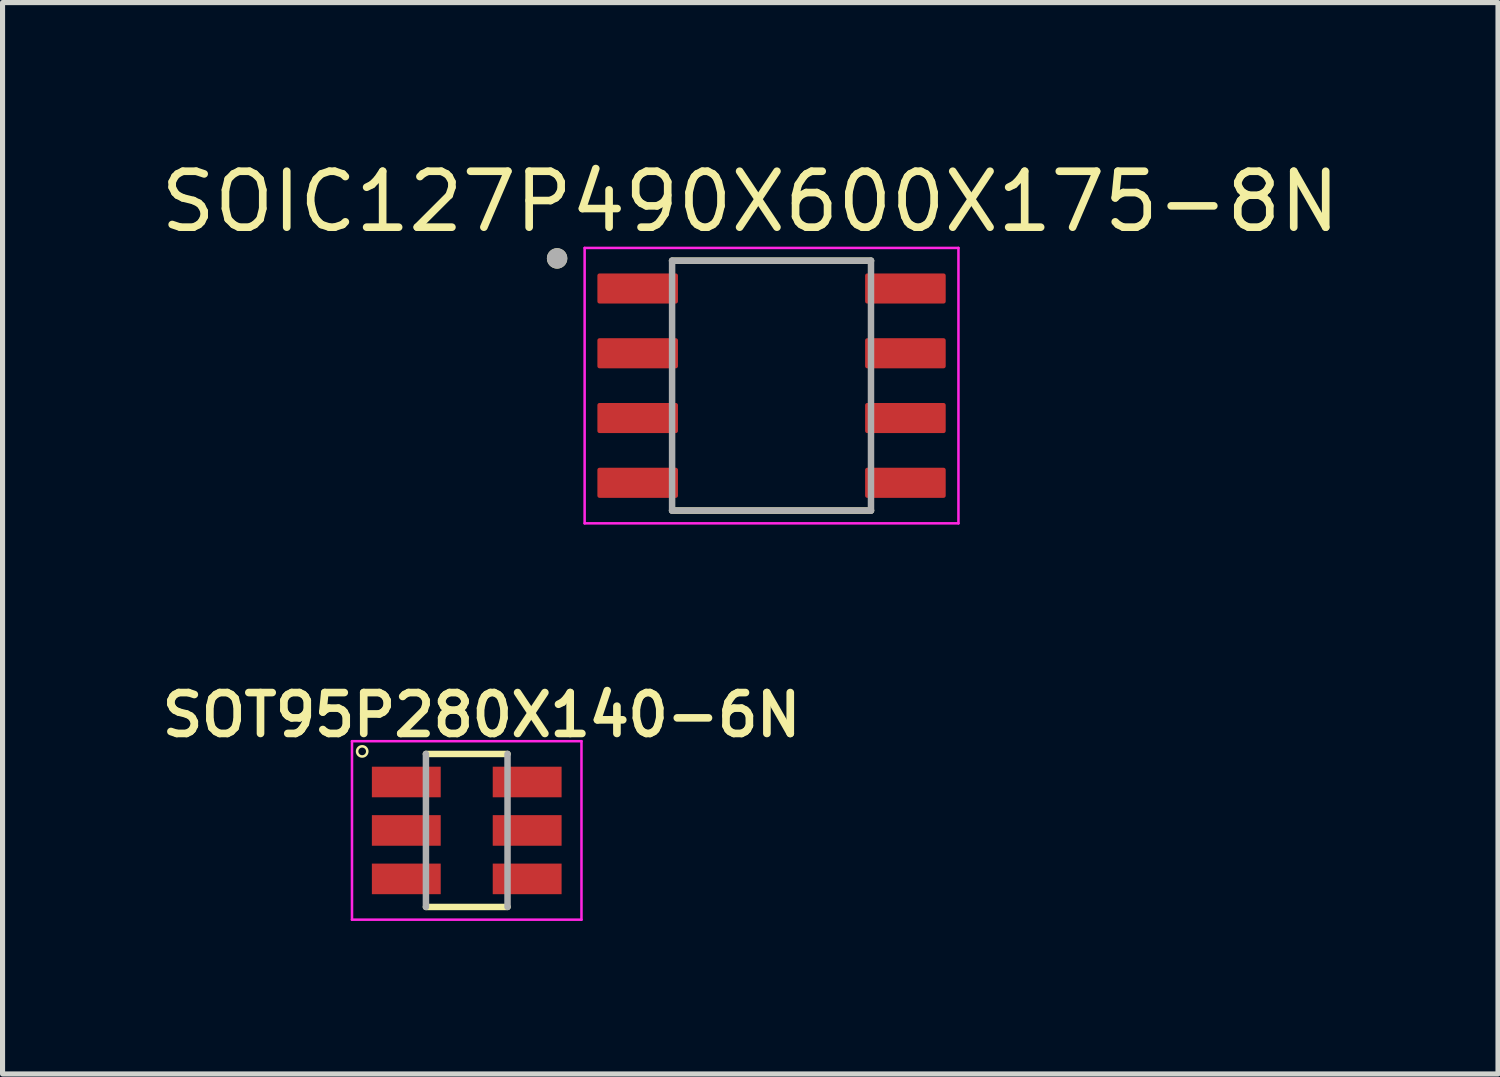
<source format=kicad_pcb>
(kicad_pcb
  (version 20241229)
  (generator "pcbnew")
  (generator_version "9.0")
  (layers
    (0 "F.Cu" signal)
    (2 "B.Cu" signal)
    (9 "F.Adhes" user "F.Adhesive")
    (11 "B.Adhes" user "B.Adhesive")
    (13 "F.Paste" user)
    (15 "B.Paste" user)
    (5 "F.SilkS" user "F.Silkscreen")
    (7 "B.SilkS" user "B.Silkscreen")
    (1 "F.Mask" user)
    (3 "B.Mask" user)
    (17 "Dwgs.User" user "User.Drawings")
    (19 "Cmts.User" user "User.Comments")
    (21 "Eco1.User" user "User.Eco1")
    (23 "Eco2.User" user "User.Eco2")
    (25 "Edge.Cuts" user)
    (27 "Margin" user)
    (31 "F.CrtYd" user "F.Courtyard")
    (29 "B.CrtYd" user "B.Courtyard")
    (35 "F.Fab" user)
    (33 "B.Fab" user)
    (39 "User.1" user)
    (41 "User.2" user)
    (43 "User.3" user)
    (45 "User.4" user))
  (footprint "SOIC127P490X600X175-8N"
    (layer "F.Cu")
    (at 12.079 4.512)
    (property "Reference" "SOIC127P490X600X175-8N" (at -0.417 -3.607 0) (layer "F.SilkS") (effects (font (size 1.097 1.097) (thickness 0.15))))
    (attr through_hole)
    (fp_line (start -1.95 -2.45) (end 1.95 -2.45) (stroke (width 0.127) (type solid)) (layer "F.SilkS"))
    (fp_line (start -1.95 2.45) (end 1.95 2.45) (stroke (width 0.127) (type solid)) (layer "F.SilkS"))
    (fp_circle (center -4.205 -2.495) (end -4.005 -2.495) (stroke (width 0) (type solid)) (fill yes) (layer "F.SilkS"))
    (fp_line (start -3.665 -2.7) (end -3.665 2.7) (stroke (width 0.05) (type solid)) (layer "F.CrtYd"))
    (fp_line (start -3.665 -2.7) (end 3.665 -2.7) (stroke (width 0.05) (type solid)) (layer "F.CrtYd"))
    (fp_line (start -3.665 2.7) (end 3.665 2.7) (stroke (width 0.05) (type solid)) (layer "F.CrtYd"))
    (fp_line (start 3.665 -2.7) (end 3.665 2.7) (stroke (width 0.05) (type solid)) (layer "F.CrtYd"))
    (fp_line (start -1.95 -2.45) (end -1.95 2.45) (stroke (width 0.127) (type solid)) (layer "F.Fab"))
    (fp_line (start -1.95 -2.45) (end 1.95 -2.45) (stroke (width 0.127) (type solid)) (layer "F.Fab"))
    (fp_line (start -1.95 2.45) (end 1.95 2.45) (stroke (width 0.127) (type solid)) (layer "F.Fab"))
    (fp_line (start 1.95 -2.45) (end 1.95 2.45) (stroke (width 0.127) (type solid)) (layer "F.Fab"))
    (fp_circle (center -4.205 -2.495) (end -4.005 -2.495) (stroke (width 0) (type solid)) (fill yes) (layer "F.Fab"))
    (pad "1" smd roundrect (at -2.625 -1.905) (size 1.58 0.59) (layers "F.Cu" "F.Mask" "F.Paste") (roundrect_rratio 0.07))
    (pad "2" smd roundrect (at -2.625 -0.635) (size 1.58 0.59) (layers "F.Cu" "F.Mask" "F.Paste") (roundrect_rratio 0.07))
    (pad "3" smd roundrect (at -2.625 0.635) (size 1.58 0.59) (layers "F.Cu" "F.Mask" "F.Paste") (roundrect_rratio 0.07))
    (pad "4" smd roundrect (at -2.625 1.905) (size 1.58 0.59) (layers "F.Cu" "F.Mask" "F.Paste") (roundrect_rratio 0.07))
    (pad "5" smd roundrect (at 2.625 1.905) (size 1.58 0.59) (layers "F.Cu" "F.Mask" "F.Paste") (roundrect_rratio 0.07))
    (pad "6" smd roundrect (at 2.625 0.635) (size 1.58 0.59) (layers "F.Cu" "F.Mask" "F.Paste") (roundrect_rratio 0.07))
    (pad "7" smd roundrect (at 2.625 -0.635) (size 1.58 0.59) (layers "F.Cu" "F.Mask" "F.Paste") (roundrect_rratio 0.07))
    (pad "8" smd roundrect (at 2.625 -1.905) (size 1.58 0.59) (layers "F.Cu" "F.Mask" "F.Paste") (roundrect_rratio 0.07)))
  (footprint "SOT95P280X140-6N"
    (layer "F.Cu")
    (at 6.102 13.234)
    (property "Reference" "SOT95P280X140-6N" (at 0.291 -2.265 0) (layer "F.SilkS") (effects (font (size 0.802 0.802) (thickness 0.15))))
    (attr through_hole)
    (fp_line (start -0.8 -1.5) (end 0.8 -1.5) (stroke (width 0.127) (type solid)) (layer "F.SilkS"))
    (fp_line (start 0.8 1.5) (end -0.8 1.5) (stroke (width 0.127) (type solid)) (layer "F.SilkS"))
    (fp_circle (center -2.05 -1.55) (end -1.95 -1.55) (stroke (width 0.05) (type solid)) (fill no) (layer "F.SilkS"))
    (fp_line (start -2.25 -1.75) (end 2.25 -1.75) (stroke (width 0.05) (type solid)) (layer "F.CrtYd"))
    (fp_line (start -2.25 1.75) (end -2.25 -1.75) (stroke (width 0.05) (type solid)) (layer "F.CrtYd"))
    (fp_line (start 2.25 -1.75) (end 2.25 1.75) (stroke (width 0.05) (type solid)) (layer "F.CrtYd"))
    (fp_line (start 2.25 1.75) (end -2.25 1.75) (stroke (width 0.05) (type solid)) (layer "F.CrtYd"))
    (fp_line (start -0.8 1.5) (end -0.8 -1.5) (stroke (width 0.127) (type solid)) (layer "F.Fab"))
    (fp_line (start 0.8 -1.5) (end 0.8 1.5) (stroke (width 0.127) (type solid)) (layer "F.Fab"))
    (pad "1" smd rect (at -1.185 -0.95) (size 1.35 0.6) (layers "F.Cu" "F.Mask" "F.Paste"))
    (pad "2" smd rect (at -1.185 0) (size 1.35 0.6) (layers "F.Cu" "F.Mask" "F.Paste"))
    (pad "3" smd rect (at -1.185 0.95) (size 1.35 0.6) (layers "F.Cu" "F.Mask" "F.Paste"))
    (pad "4" smd rect (at 1.185 0.95) (size 1.35 0.6) (layers "F.Cu" "F.Mask" "F.Paste"))
    (pad "5" smd rect (at 1.185 0) (size 1.35 0.6) (layers "F.Cu" "F.Mask" "F.Paste"))
    (pad "6" smd rect (at 1.185 -0.95) (size 1.35 0.6) (layers "F.Cu" "F.Mask" "F.Paste")))
  (gr_rect
    (start -3 -3)
    (end 26.324 18.009)
    (stroke (width 0.1) (type default))
    (fill no)
    (layer "Edge.Cuts")))
</source>
